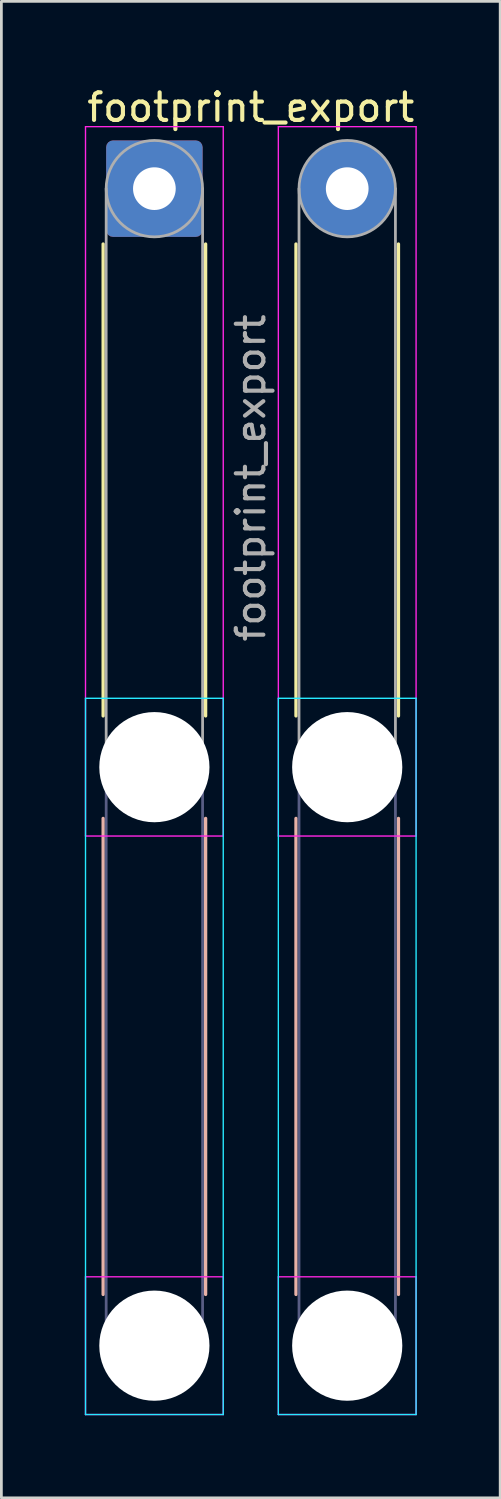
<source format=kicad_pcb>
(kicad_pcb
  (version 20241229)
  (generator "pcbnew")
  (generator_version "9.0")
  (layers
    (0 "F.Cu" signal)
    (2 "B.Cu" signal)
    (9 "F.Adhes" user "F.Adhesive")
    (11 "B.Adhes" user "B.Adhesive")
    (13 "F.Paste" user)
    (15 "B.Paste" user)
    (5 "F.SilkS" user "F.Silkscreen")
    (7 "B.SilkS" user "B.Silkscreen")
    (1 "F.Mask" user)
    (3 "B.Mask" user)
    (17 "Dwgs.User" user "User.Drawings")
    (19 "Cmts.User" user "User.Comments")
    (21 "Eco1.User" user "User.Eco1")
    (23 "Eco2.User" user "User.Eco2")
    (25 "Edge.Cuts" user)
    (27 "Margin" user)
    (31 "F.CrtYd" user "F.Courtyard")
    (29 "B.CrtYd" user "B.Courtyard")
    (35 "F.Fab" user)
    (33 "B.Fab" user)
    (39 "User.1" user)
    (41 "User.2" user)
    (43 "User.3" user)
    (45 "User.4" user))
  (footprint "footprint_export"
    (layer "F.Cu")
    (at 2.554 3.798)
    (property "Reference" "footprint_export" (at 3.5 -2.95 0) (layer "F.SilkS") (effects (font (size 1 1) (thickness 0.15))))
    (attr exclude_from_pos_files exclude_from_bom)
    (fp_line (start -1.86 2.01) (end -1.86 19.14) (stroke (width 0.12) (type solid)) (layer "F.SilkS"))
    (fp_line (start 1.86 2.01) (end 1.86 19.14) (stroke (width 0.12) (type solid)) (layer "F.SilkS"))
    (fp_line (start 5.14 2.01) (end 5.14 19.14) (stroke (width 0.12) (type solid)) (layer "F.SilkS"))
    (fp_line (start 8.86 2.01) (end 8.86 19.14) (stroke (width 0.12) (type solid)) (layer "F.SilkS"))
    (fp_line (start -1.86 22.86) (end -1.86 40.14) (stroke (width 0.12) (type solid)) (layer "B.SilkS"))
    (fp_line (start 1.86 22.86) (end 1.86 40.14) (stroke (width 0.12) (type solid)) (layer "B.SilkS"))
    (fp_line (start 5.14 22.86) (end 5.14 40.14) (stroke (width 0.12) (type solid)) (layer "B.SilkS"))
    (fp_line (start 8.86 22.86) (end 8.86 40.14) (stroke (width 0.12) (type solid)) (layer "B.SilkS"))
    (fp_line (start -2.5 18.5) (end -2.5 44.5) (stroke (width 0.05) (type solid)) (layer "B.CrtYd"))
    (fp_line (start -2.5 44.5) (end 2.5 44.5) (stroke (width 0.05) (type solid)) (layer "B.CrtYd"))
    (fp_line (start 2.5 18.5) (end -2.5 18.5) (stroke (width 0.05) (type solid)) (layer "B.CrtYd"))
    (fp_line (start 2.5 44.5) (end 2.5 18.5) (stroke (width 0.05) (type solid)) (layer "B.CrtYd"))
    (fp_line (start 4.5 18.5) (end 4.5 44.5) (stroke (width 0.05) (type solid)) (layer "B.CrtYd"))
    (fp_line (start 4.5 44.5) (end 9.5 44.5) (stroke (width 0.05) (type solid)) (layer "B.CrtYd"))
    (fp_line (start 9.5 18.5) (end 4.5 18.5) (stroke (width 0.05) (type solid)) (layer "B.CrtYd"))
    (fp_line (start 9.5 44.5) (end 9.5 18.5) (stroke (width 0.05) (type solid)) (layer "B.CrtYd"))
    (fp_line (start -2.5 -2.25) (end -2.5 23.5) (stroke (width 0.05) (type solid)) (layer "F.CrtYd"))
    (fp_line (start -2.5 23.5) (end 2.5 23.5) (stroke (width 0.05) (type solid)) (layer "F.CrtYd"))
    (fp_line (start -2.5 39.5) (end -2.5 44.5) (stroke (width 0.05) (type solid)) (layer "F.CrtYd"))
    (fp_line (start -2.5 44.5) (end 2.5 44.5) (stroke (width 0.05) (type solid)) (layer "F.CrtYd"))
    (fp_line (start 2.5 -2.25) (end -2.5 -2.25) (stroke (width 0.05) (type solid)) (layer "F.CrtYd"))
    (fp_line (start 2.5 23.5) (end 2.5 -2.25) (stroke (width 0.05) (type solid)) (layer "F.CrtYd"))
    (fp_line (start 2.5 39.5) (end -2.5 39.5) (stroke (width 0.05) (type solid)) (layer "F.CrtYd"))
    (fp_line (start 2.5 44.5) (end 2.5 39.5) (stroke (width 0.05) (type solid)) (layer "F.CrtYd"))
    (fp_line (start 4.5 -2.25) (end 4.5 23.5) (stroke (width 0.05) (type solid)) (layer "F.CrtYd"))
    (fp_line (start 4.5 23.5) (end 9.5 23.5) (stroke (width 0.05) (type solid)) (layer "F.CrtYd"))
    (fp_line (start 4.5 39.5) (end 4.5 44.5) (stroke (width 0.05) (type solid)) (layer "F.CrtYd"))
    (fp_line (start 4.5 44.5) (end 9.5 44.5) (stroke (width 0.05) (type solid)) (layer "F.CrtYd"))
    (fp_line (start 9.5 -2.25) (end 4.5 -2.25) (stroke (width 0.05) (type solid)) (layer "F.CrtYd"))
    (fp_line (start 9.5 23.5) (end 9.5 -2.25) (stroke (width 0.05) (type solid)) (layer "F.CrtYd"))
    (fp_line (start 9.5 39.5) (end 4.5 39.5) (stroke (width 0.05) (type solid)) (layer "F.CrtYd"))
    (fp_line (start 9.5 44.5) (end 9.5 39.5) (stroke (width 0.05) (type solid)) (layer "F.CrtYd"))
    (fp_line (start -1.75 21) (end -1.75 42) (stroke (width 0.1) (type solid)) (layer "B.Fab"))
    (fp_line (start 1.75 21) (end 1.75 42) (stroke (width 0.1) (type solid)) (layer "B.Fab"))
    (fp_line (start 5.25 21) (end 5.25 42) (stroke (width 0.1) (type solid)) (layer "B.Fab"))
    (fp_line (start 8.75 21) (end 8.75 42) (stroke (width 0.1) (type solid)) (layer "B.Fab"))
    (fp_circle (center 0 21) (end 1.75 21) (stroke (width 0.1) (type solid)) (fill no) (layer "B.Fab"))
    (fp_circle (center 0 42) (end 1.75 42) (stroke (width 0.1) (type solid)) (fill no) (layer "B.Fab"))
    (fp_circle (center 7 21) (end 8.75 21) (stroke (width 0.1) (type solid)) (fill no) (layer "B.Fab"))
    (fp_circle (center 7 42) (end 8.75 42) (stroke (width 0.1) (type solid)) (fill no) (layer "B.Fab"))
    (fp_line (start -1.75 0) (end -1.75 21) (stroke (width 0.1) (type solid)) (layer "F.Fab"))
    (fp_line (start 1.75 0) (end 1.75 21) (stroke (width 0.1) (type solid)) (layer "F.Fab"))
    (fp_line (start 5.25 0) (end 5.25 21) (stroke (width 0.1) (type solid)) (layer "F.Fab"))
    (fp_line (start 8.75 0) (end 8.75 21) (stroke (width 0.1) (type solid)) (layer "F.Fab"))
    (fp_circle (center 0 0) (end 1.75 0) (stroke (width 0.1) (type solid)) (fill no) (layer "F.Fab"))
    (fp_circle (center 0 21) (end 1.75 21) (stroke (width 0.1) (type solid)) (fill no) (layer "F.Fab"))
    (fp_circle (center 0 42) (end 1.75 42) (stroke (width 0.1) (type solid)) (fill no) (layer "F.Fab"))
    (fp_circle (center 7 0) (end 8.75 0) (stroke (width 0.1) (type solid)) (fill no) (layer "F.Fab"))
    (fp_circle (center 7 21) (end 8.75 21) (stroke (width 0.1) (type solid)) (fill no) (layer "F.Fab"))
    (fp_circle (center 7 42) (end 8.75 42) (stroke (width 0.1) (type solid)) (fill no) (layer "F.Fab"))
    (fp_text user "${REFERENCE}" (at 3.5 10.5 90) (layer "F.Fab") (effects (font (size 1 1) (thickness 0.15))))
    (pad "" np_thru_hole circle (at 0 21) (size 4 4) (drill 4) (layers "*.Cu" "*.Mask"))
    (pad "" np_thru_hole circle (at 0 42) (size 4 4) (drill 4) (layers "*.Cu" "*.Mask"))
    (pad "" np_thru_hole circle (at 7 21) (size 4 4) (drill 4) (layers "*.Cu" "*.Mask"))
    (pad "" np_thru_hole circle (at 7 42) (size 4 4) (drill 4) (layers "*.Cu" "*.Mask"))
    (pad "1" thru_hole roundrect (at 0 0) (size 3.5 3.5) (drill 1.55) (layers "*.Cu" "*.Mask") (roundrect_rratio 0.071))
    (pad "2" thru_hole circle (at 7 0) (size 3.5 3.5) (drill 1.55) (layers "*.Cu" "*.Mask")))
  (gr_rect
    (start -3 -3)
    (end 15.107 51.323)
    (stroke (width 0.1) (type default))
    (fill no)
    (layer "Edge.Cuts")))
</source>
